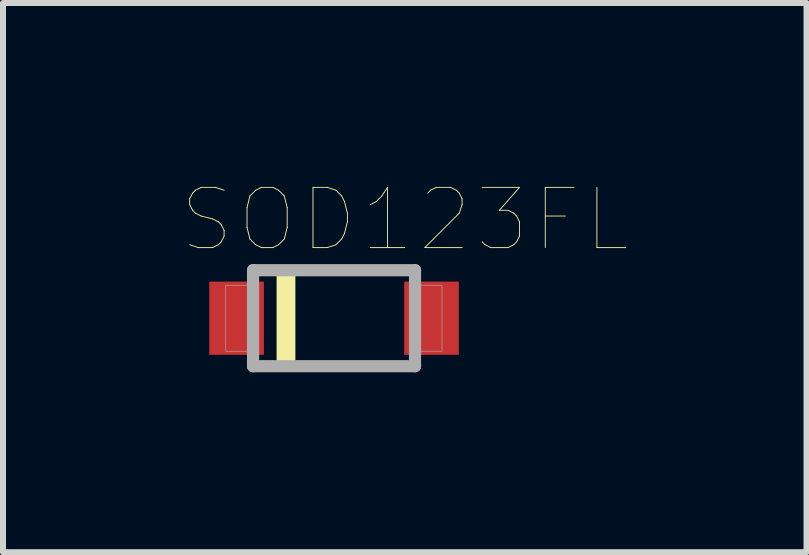
<source format=kicad_pcb>
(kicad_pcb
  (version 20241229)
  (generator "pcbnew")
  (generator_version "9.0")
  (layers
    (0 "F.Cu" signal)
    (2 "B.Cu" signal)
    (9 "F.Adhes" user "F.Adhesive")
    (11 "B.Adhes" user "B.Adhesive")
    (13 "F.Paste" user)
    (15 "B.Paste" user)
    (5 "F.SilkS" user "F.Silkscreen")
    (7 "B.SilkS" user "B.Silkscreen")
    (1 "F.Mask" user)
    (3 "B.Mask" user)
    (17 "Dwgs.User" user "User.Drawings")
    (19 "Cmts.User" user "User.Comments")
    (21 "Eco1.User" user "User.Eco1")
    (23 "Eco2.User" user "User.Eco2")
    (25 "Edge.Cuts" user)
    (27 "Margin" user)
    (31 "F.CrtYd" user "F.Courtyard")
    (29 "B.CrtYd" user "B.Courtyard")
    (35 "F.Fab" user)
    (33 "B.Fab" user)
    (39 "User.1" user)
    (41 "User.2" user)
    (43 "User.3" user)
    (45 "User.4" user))
  (footprint "SOD123FL"
    (layer "F.Cu")
    (at 2.519 2.255)
    (property "Reference" "SOD123FL" (at 1.179 -1.641 0) (layer "F.SilkS") (effects (font (size 1.004 1.004) (thickness 0.015))))
    (attr through_hole)
    (fp_poly (pts (xy -0.952 -0.8) (xy -0.65 -0.8) (xy -0.65 0.777) (xy -0.952 0.777)) (stroke (width 0.01) (type solid)) (fill yes) (layer "F.SilkS"))
    (fp_line (start -1.35 -0.8) (end 1.35 -0.8) (stroke (width 0.203) (type solid)) (layer "F.Fab"))
    (fp_line (start -1.35 0.8) (end -1.35 -0.8) (stroke (width 0.203) (type solid)) (layer "F.Fab"))
    (fp_line (start 1.35 -0.8) (end 1.35 0.8) (stroke (width 0.203) (type solid)) (layer "F.Fab"))
    (fp_line (start 1.35 0.8) (end -1.35 0.8) (stroke (width 0.203) (type solid)) (layer "F.Fab"))
    (fp_poly (pts (xy -1.805 -0.55) (xy -1.425 -0.55) (xy -1.425 0.551) (xy -1.805 0.551)) (stroke (width 0.01) (type solid)) (fill no) (layer "F.Fab"))
    (fp_poly (pts (xy 1.426 -0.55) (xy 1.8 -0.55) (xy 1.8 0.55) (xy 1.426 0.55)) (stroke (width 0.01) (type solid)) (fill no) (layer "F.Fab"))
    (pad "1" smd rect (at -1.625 0) (size 0.91 1.22) (layers "F.Cu" "F.Mask" "F.Paste"))
    (pad "2" smd rect (at 1.625 0) (size 0.91 1.22) (layers "F.Cu" "F.Mask" "F.Paste")))
  (gr_rect
    (start -3 -3)
    (end 10.396 6.156)
    (stroke (width 0.1) (type default))
    (fill no)
    (layer "Edge.Cuts")))
</source>
